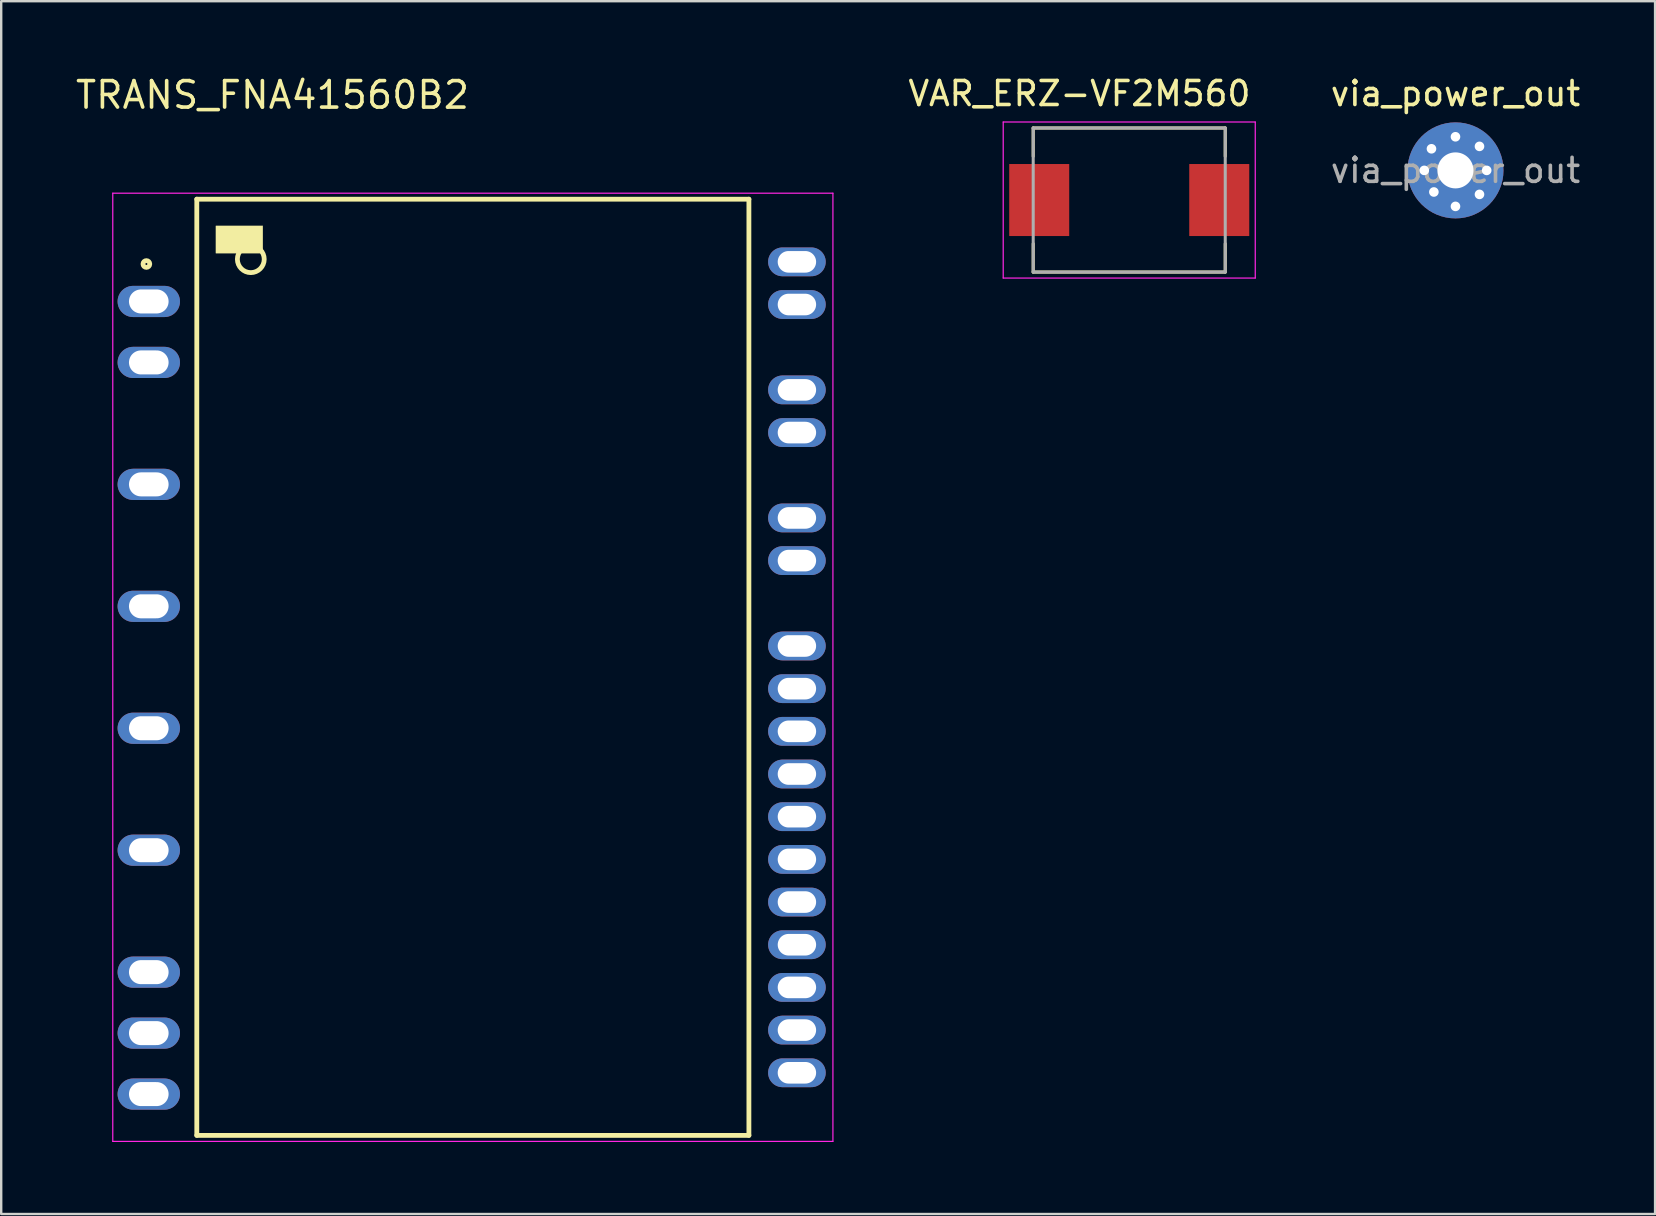
<source format=kicad_pcb>
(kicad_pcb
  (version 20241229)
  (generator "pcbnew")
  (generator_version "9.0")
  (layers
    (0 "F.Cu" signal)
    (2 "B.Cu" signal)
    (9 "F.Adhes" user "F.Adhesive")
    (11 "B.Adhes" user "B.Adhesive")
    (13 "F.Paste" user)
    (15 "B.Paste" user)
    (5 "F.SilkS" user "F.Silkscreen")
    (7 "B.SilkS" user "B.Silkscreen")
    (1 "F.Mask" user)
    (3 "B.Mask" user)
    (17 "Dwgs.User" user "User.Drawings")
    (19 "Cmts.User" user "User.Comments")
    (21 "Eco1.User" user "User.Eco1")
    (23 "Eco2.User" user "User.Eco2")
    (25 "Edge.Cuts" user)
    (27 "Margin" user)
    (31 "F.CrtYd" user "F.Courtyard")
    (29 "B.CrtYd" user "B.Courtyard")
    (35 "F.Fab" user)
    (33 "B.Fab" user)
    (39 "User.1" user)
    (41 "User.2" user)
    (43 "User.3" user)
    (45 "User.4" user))
  (footprint "via_power_out"
    (layer "F.Cu")
    (at 57.583 4.048)
    (property "Reference" "via_power_out" (at 0 -3.2 0) (layer "F.SilkS") (effects (font (size 1 1) (thickness 0.15))))
    (attr exclude_from_pos_files exclude_from_bom)
    (fp_text user "${REFERENCE}" (at 0 0 0) (layer "F.Fab") (effects (font (size 1 1) (thickness 0.15))))
    (pad "1" thru_hole circle (at -1.3 0) (size 0.7 0.7) (drill 0.4) (layers "*.Cu" "*.Mask"))
    (pad "1" thru_hole circle (at -1 -0.9) (size 0.7 0.7) (drill 0.4) (layers "*.Cu" "*.Mask"))
    (pad "1" thru_hole circle (at -0.9 0.9) (size 0.7 0.7) (drill 0.4) (layers "*.Cu" "*.Mask"))
    (pad "1" thru_hole circle (at 0 -1.4) (size 0.7 0.7) (drill 0.4) (layers "*.Cu" "*.Mask"))
    (pad "1" thru_hole circle (at 0 0) (size 4 4) (drill 1.5) (layers "*.Cu" "*.Mask"))
    (pad "1" thru_hole circle (at 0 1.5) (size 0.7 0.7) (drill 0.4) (layers "*.Cu" "*.Mask"))
    (pad "1" thru_hole circle (at 1 -1) (size 0.7 0.7) (drill 0.4) (layers "*.Cu" "*.Mask"))
    (pad "1" thru_hole circle (at 1 1) (size 0.7 0.7) (drill 0.4) (layers "*.Cu" "*.Mask"))
    (pad "1" thru_hole circle (at 1.3 0) (size 0.7 0.7) (drill 0.4) (layers "*.Cu" "*.Mask")))
  (footprint "VAR_ERZ-VF2M560"
    (layer "F.Cu")
    (at 43.992 5.283)
    (property "Reference" "VAR_ERZ-VF2M560" (at -2.075 -4.435 0) (layer "F.SilkS") (effects (font (size 1 1) (thickness 0.15))))
    (attr smd)
    (fp_line (start -4 -3) (end -4 -1.82) (stroke (width 0.127) (type solid)) (layer "F.SilkS"))
    (fp_line (start -4 -3) (end 4 -3) (stroke (width 0.127) (type solid)) (layer "F.SilkS"))
    (fp_line (start -4 3) (end -4 1.82) (stroke (width 0.127) (type solid)) (layer "F.SilkS"))
    (fp_line (start 4 -3) (end 4 -1.82) (stroke (width 0.127) (type solid)) (layer "F.SilkS"))
    (fp_line (start 4 3) (end -4 3) (stroke (width 0.127) (type solid)) (layer "F.SilkS"))
    (fp_line (start 4 3) (end 4 1.82) (stroke (width 0.127) (type solid)) (layer "F.SilkS"))
    (fp_line (start -5.25 -3.25) (end 5.25 -3.25) (stroke (width 0.05) (type solid)) (layer "F.CrtYd"))
    (fp_line (start -5.25 3.25) (end -5.25 -3.25) (stroke (width 0.05) (type solid)) (layer "F.CrtYd"))
    (fp_line (start -5.25 3.25) (end 5.25 3.25) (stroke (width 0.05) (type solid)) (layer "F.CrtYd"))
    (fp_line (start 5.25 3.25) (end 5.25 -3.25) (stroke (width 0.05) (type solid)) (layer "F.CrtYd"))
    (fp_line (start -4 3) (end -4 -3) (stroke (width 0.127) (type solid)) (layer "F.Fab"))
    (fp_line (start 4 -3) (end -4 -3) (stroke (width 0.127) (type solid)) (layer "F.Fab"))
    (fp_line (start 4 3) (end -4 3) (stroke (width 0.127) (type solid)) (layer "F.Fab"))
    (fp_line (start 4 3) (end 4 -3) (stroke (width 0.127) (type solid)) (layer "F.Fab"))
    (pad "1" smd rect (at -3.75 0) (size 2.5 3) (layers "F.Cu" "F.Mask" "F.Paste"))
    (pad "2" smd rect (at 3.75 0) (size 2.5 3) (layers "F.Cu" "F.Mask" "F.Paste")))
  (footprint "TRANS_FNA41560B2"
    (layer "F.Cu")
    (at 16.648 24.748)
    (property "Reference" "TRANS_FNA41560B2" (at -8.347 -23.84 0) (layer "F.SilkS") (effects (font (size 1.102 1.102) (thickness 0.15))))
    (attr through_hole)
    (fp_line (start -11.5 -19.5) (end 11.5 -19.5) (stroke (width 0.2) (type solid)) (layer "F.SilkS"))
    (fp_line (start -11.5 19.5) (end -11.5 -19.5) (stroke (width 0.2) (type solid)) (layer "F.SilkS"))
    (fp_line (start 11.5 -19.5) (end 11.5 19.5) (stroke (width 0.2) (type solid)) (layer "F.SilkS"))
    (fp_line (start 11.5 19.5) (end -11.5 19.5) (stroke (width 0.2) (type solid)) (layer "F.SilkS"))
    (fp_circle (center -13.6 -16.8) (end -13.459 -16.8) (stroke (width 0.2) (type solid)) (fill no) (layer "F.SilkS"))
    (fp_circle (center -9.25 -17) (end -8.691 -17) (stroke (width 0.2) (type solid)) (fill no) (layer "F.SilkS"))
    (fp_poly (pts (xy -10.704 -17.25) (xy -8.75 -17.25) (xy -8.75 -18.39) (xy -10.704 -18.39)) (stroke (width 0.01) (type solid)) (fill yes) (layer "F.SilkS"))
    (fp_poly (pts (xy -10.48 -17.5) (xy -8.9 -17.5) (xy -8.9 -18.012) (xy -10.48 -18.012)) (stroke (width 0.01) (type solid)) (fill yes) (layer "F.SilkS"))
    (fp_poly (pts (xy -10.425 -17.5) (xy -9 -17.5) (xy -9 -18.105) (xy -10.425 -18.105)) (stroke (width 0.01) (type solid)) (fill yes) (layer "F.SilkS"))
    (fp_line (start -15 -19.75) (end 15 -19.75) (stroke (width 0.05) (type solid)) (layer "F.CrtYd"))
    (fp_line (start -15 19.75) (end -15 -19.75) (stroke (width 0.05) (type solid)) (layer "F.CrtYd"))
    (fp_line (start 15 -19.75) (end 15 19.75) (stroke (width 0.05) (type solid)) (layer "F.CrtYd"))
    (fp_line (start 15 19.75) (end -15 19.75) (stroke (width 0.05) (type solid)) (layer "F.CrtYd"))
    (pad "1" thru_hole oval (at -13.5 -15.24) (size 2.6 1.3) (drill oval 1.651 1) (layers "*.Cu" "*.Mask"))
    (pad "2" thru_hole oval (at -13.5 -12.7) (size 2.6 1.3) (drill oval 1.651 1) (layers "*.Cu" "*.Mask"))
    (pad "3" thru_hole oval (at -13.5 -7.62) (size 2.6 1.3) (drill oval 1.651 1) (layers "*.Cu" "*.Mask"))
    (pad "4" thru_hole oval (at -13.5 -2.54) (size 2.6 1.3) (drill oval 1.651 1) (layers "*.Cu" "*.Mask"))
    (pad "5" thru_hole oval (at -13.5 2.54) (size 2.6 1.3) (drill oval 1.651 1) (layers "*.Cu" "*.Mask"))
    (pad "6" thru_hole oval (at -13.5 7.62) (size 2.6 1.3) (drill oval 1.651 1) (layers "*.Cu" "*.Mask"))
    (pad "7" thru_hole oval (at -13.5 12.7) (size 2.6 1.3) (drill oval 1.651 1) (layers "*.Cu" "*.Mask"))
    (pad "8" thru_hole oval (at -13.5 15.24) (size 2.6 1.3) (drill oval 1.651 1) (layers "*.Cu" "*.Mask"))
    (pad "9" thru_hole oval (at -13.5 17.78) (size 2.6 1.3) (drill oval 1.651 1) (layers "*.Cu" "*.Mask"))
    (pad "10" thru_hole oval (at 13.5 16.892) (size 2.4 1.2) (drill oval 1.6 0.9) (layers "*.Cu" "*.Mask"))
    (pad "11" thru_hole oval (at 13.5 15.114) (size 2.4 1.2) (drill oval 1.6 0.9) (layers "*.Cu" "*.Mask"))
    (pad "12" thru_hole oval (at 13.5 13.336) (size 2.4 1.2) (drill oval 1.6 0.9) (layers "*.Cu" "*.Mask"))
    (pad "13" thru_hole oval (at 13.5 11.558) (size 2.4 1.2) (drill oval 1.6 0.9) (layers "*.Cu" "*.Mask"))
    (pad "14" thru_hole oval (at 13.5 9.78) (size 2.4 1.2) (drill oval 1.6 0.9) (layers "*.Cu" "*.Mask"))
    (pad "15" thru_hole oval (at 13.5 8.002) (size 2.4 1.2) (drill oval 1.6 0.9) (layers "*.Cu" "*.Mask"))
    (pad "16" thru_hole oval (at 13.5 6.224) (size 2.4 1.2) (drill oval 1.6 0.9) (layers "*.Cu" "*.Mask"))
    (pad "17" thru_hole oval (at 13.5 4.446) (size 2.4 1.2) (drill oval 1.6 0.9) (layers "*.Cu" "*.Mask"))
    (pad "18" thru_hole oval (at 13.5 2.668) (size 2.4 1.2) (drill oval 1.6 0.9) (layers "*.Cu" "*.Mask"))
    (pad "19" thru_hole oval (at 13.5 0.89) (size 2.4 1.2) (drill oval 1.6 0.9) (layers "*.Cu" "*.Mask"))
    (pad "20" thru_hole oval (at 13.5 -0.888) (size 2.4 1.2) (drill oval 1.6 0.9) (layers "*.Cu" "*.Mask"))
    (pad "21" thru_hole oval (at 13.5 -4.444) (size 2.4 1.2) (drill oval 1.6 0.9) (layers "*.Cu" "*.Mask"))
    (pad "22" thru_hole oval (at 13.5 -6.222) (size 2.4 1.2) (drill oval 1.6 0.9) (layers "*.Cu" "*.Mask"))
    (pad "23" thru_hole oval (at 13.5 -9.778) (size 2.4 1.2) (drill oval 1.6 0.9) (layers "*.Cu" "*.Mask"))
    (pad "24" thru_hole oval (at 13.5 -11.556) (size 2.4 1.2) (drill oval 1.6 0.9) (layers "*.Cu" "*.Mask"))
    (pad "25" thru_hole oval (at 13.5 -15.112) (size 2.4 1.2) (drill oval 1.6 0.9) (layers "*.Cu" "*.Mask"))
    (pad "26" thru_hole oval (at 13.5 -16.89) (size 2.4 1.2) (drill oval 1.6 0.9) (layers "*.Cu" "*.Mask")))
  (gr_rect
    (start -3 -3)
    (end 65.898 47.523)
    (stroke (width 0.1) (type default))
    (fill no)
    (layer "Edge.Cuts")))
</source>
